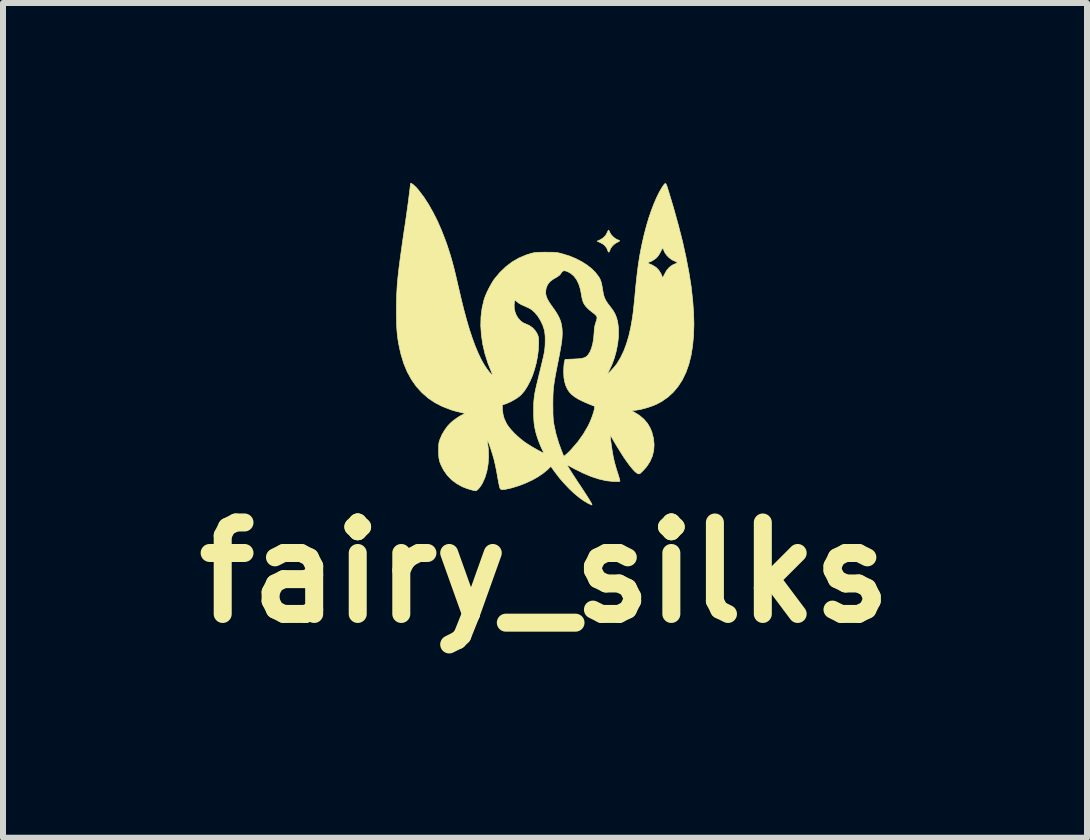
<source format=kicad_pcb>
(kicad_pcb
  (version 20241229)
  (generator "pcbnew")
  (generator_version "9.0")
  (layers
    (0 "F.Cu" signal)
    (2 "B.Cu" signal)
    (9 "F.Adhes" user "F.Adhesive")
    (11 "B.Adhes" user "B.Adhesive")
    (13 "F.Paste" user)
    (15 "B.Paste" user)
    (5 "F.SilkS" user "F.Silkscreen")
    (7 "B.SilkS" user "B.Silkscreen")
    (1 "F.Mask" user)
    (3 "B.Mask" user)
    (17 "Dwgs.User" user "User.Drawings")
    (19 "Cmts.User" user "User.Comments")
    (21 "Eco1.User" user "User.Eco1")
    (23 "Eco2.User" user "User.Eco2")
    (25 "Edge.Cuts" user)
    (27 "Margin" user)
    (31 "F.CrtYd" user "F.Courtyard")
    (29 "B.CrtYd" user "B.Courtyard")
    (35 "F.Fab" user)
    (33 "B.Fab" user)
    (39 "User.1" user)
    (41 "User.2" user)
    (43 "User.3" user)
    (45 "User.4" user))
  (footprint "fairy_silks"
    (layer "F.Cu")
    (at 6.031 2.68)
    (property "Reference" "fairy_silks" (at 0 3.81 0) (layer "F.SilkS") (effects (font (size 1.524 1.524) (thickness 0.3))))
    (attr through_hole)
    (fp_poly (pts (xy 1.065 -1.889) (xy 1.074 -1.871) (xy 1.079 -1.859) (xy 1.098 -1.825) (xy 1.128 -1.791) (xy 1.163 -1.761) (xy 1.199 -1.739) (xy 1.212 -1.734) (xy 1.232 -1.727) (xy 1.244 -1.719) (xy 1.245 -1.718) (xy 1.237 -1.711) (xy 1.219 -1.7) (xy 1.202 -1.692) (xy 1.163 -1.669) (xy 1.127 -1.637) (xy 1.098 -1.599) (xy 1.083 -1.568) (xy 1.072 -1.539) (xy 1.063 -1.528) (xy 1.055 -1.533) (xy 1.053 -1.537) (xy 1.03 -1.592) (xy 1.002 -1.633) (xy 0.963 -1.665) (xy 0.914 -1.691) (xy 0.868 -1.712) (xy 0.919 -1.735) (xy 0.972 -1.768) (xy 1.013 -1.812) (xy 1.038 -1.86) (xy 1.048 -1.882) (xy 1.056 -1.895) (xy 1.058 -1.897) (xy 1.065 -1.889)) (stroke (width 0.01) (type solid)) (fill yes) (layer "F.SilkS"))
    (fp_poly (pts (xy -2.225 -2.673) (xy -2.203 -2.659) (xy -2.176 -2.635) (xy -2.143 -2.603) (xy -2.107 -2.562) (xy -2.099 -2.551) (xy -2.019 -2.446) (xy -1.941 -2.325) (xy -1.865 -2.191) (xy -1.792 -2.046) (xy -1.724 -1.891) (xy -1.661 -1.729) (xy -1.634 -1.654) (xy -1.604 -1.563) (xy -1.576 -1.474) (xy -1.55 -1.384) (xy -1.524 -1.288) (xy -1.498 -1.184) (xy -1.471 -1.069) (xy -1.451 -0.982) (xy -1.403 -0.775) (xy -1.356 -0.583) (xy -1.309 -0.408) (xy -1.262 -0.248) (xy -1.214 -0.103) (xy -1.167 0.027) (xy -1.118 0.144) (xy -1.07 0.247) (xy -1.02 0.337) (xy -0.969 0.415) (xy -0.929 0.467) (xy -0.904 0.495) (xy -0.888 0.51) (xy -0.879 0.511) (xy -0.88 0.5) (xy -0.886 0.484) (xy -0.95 0.325) (xy -1.001 0.165) (xy -1.038 0.005) (xy -1.061 -0.152) (xy -1.071 -0.306) (xy -1.067 -0.455) (xy -1.049 -0.597) (xy -1.017 -0.733) (xy -1.008 -0.762) (xy -0.99 -0.809) (xy -0.966 -0.864) (xy -0.961 -0.873) (xy 0.011 -0.873) (xy 0.012 -0.831) (xy 0.022 -0.789) (xy 0.041 -0.743) (xy 0.071 -0.692) (xy 0.112 -0.632) (xy 0.122 -0.619) (xy 0.172 -0.548) (xy 0.211 -0.484) (xy 0.241 -0.426) (xy 0.262 -0.37) (xy 0.276 -0.313) (xy 0.284 -0.251) (xy 0.286 -0.216) (xy 0.287 -0.181) (xy 0.286 -0.146) (xy 0.284 -0.109) (xy 0.281 -0.068) (xy 0.275 -0.021) (xy 0.266 0.034) (xy 0.255 0.098) (xy 0.241 0.174) (xy 0.224 0.263) (xy 0.212 0.322) (xy 0.193 0.419) (xy 0.177 0.501) (xy 0.164 0.573) (xy 0.154 0.635) (xy 0.146 0.692) (xy 0.14 0.744) (xy 0.136 0.796) (xy 0.133 0.848) (xy 0.132 0.905) (xy 0.131 0.968) (xy 0.131 1.016) (xy 0.132 1.093) (xy 0.132 1.156) (xy 0.134 1.207) (xy 0.137 1.25) (xy 0.14 1.287) (xy 0.145 1.321) (xy 0.146 1.329) (xy 0.18 1.49) (xy 0.227 1.65) (xy 0.284 1.804) (xy 0.295 1.832) (xy 0.313 1.873) (xy 0.346 1.847) (xy 0.366 1.829) (xy 0.394 1.803) (xy 0.423 1.774) (xy 0.435 1.761) (xy 0.546 1.633) (xy 0.64 1.5) (xy 0.72 1.363) (xy 0.726 1.35) (xy 0.748 1.302) (xy 0.77 1.25) (xy 0.79 1.197) (xy 0.806 1.147) (xy 0.818 1.104) (xy 0.824 1.072) (xy 0.824 1.068) (xy 0.826 1.039) (xy 0.737 1.004) (xy 0.642 0.963) (xy 0.562 0.924) (xy 0.497 0.885) (xy 0.445 0.844) (xy 0.405 0.802) (xy 0.375 0.757) (xy 0.374 0.756) (xy 0.346 0.695) (xy 0.327 0.632) (xy 0.315 0.564) (xy 0.311 0.486) (xy 0.311 0.457) (xy 0.312 0.405) (xy 0.315 0.359) (xy 0.319 0.321) (xy 0.323 0.301) (xy 0.334 0.258) (xy 0.453 0.253) (xy 0.521 0.25) (xy 0.574 0.246) (xy 0.616 0.24) (xy 0.648 0.232) (xy 0.672 0.222) (xy 0.693 0.208) (xy 0.711 0.19) (xy 0.716 0.184) (xy 0.747 0.137) (xy 0.773 0.076) (xy 0.794 0.001) (xy 0.809 -0.084) (xy 0.817 -0.179) (xy 0.818 -0.188) (xy 0.821 -0.24) (xy 0.826 -0.28) (xy 0.833 -0.315) (xy 0.844 -0.351) (xy 0.849 -0.366) (xy 0.86 -0.401) (xy 0.866 -0.428) (xy 0.865 -0.449) (xy 0.855 -0.468) (xy 0.836 -0.489) (xy 0.805 -0.514) (xy 0.781 -0.532) (xy 0.724 -0.579) (xy 0.681 -0.623) (xy 0.649 -0.668) (xy 0.628 -0.717) (xy 0.614 -0.773) (xy 0.609 -0.805) (xy 0.59 -0.907) (xy 0.563 -0.995) (xy 0.527 -1.069) (xy 0.481 -1.13) (xy 0.427 -1.176) (xy 0.388 -1.198) (xy 0.349 -1.214) (xy 0.32 -1.219) (xy 0.297 -1.213) (xy 0.279 -1.195) (xy 0.269 -1.181) (xy 0.259 -1.165) (xy 0.247 -1.151) (xy 0.231 -1.137) (xy 0.21 -1.122) (xy 0.179 -1.103) (xy 0.136 -1.078) (xy 0.127 -1.072) (xy 0.079 -1.035) (xy 0.042 -0.986) (xy 0.019 -0.929) (xy 0.017 -0.917) (xy 0.011 -0.873) (xy -0.961 -0.873) (xy -0.937 -0.923) (xy -0.906 -0.98) (xy -0.876 -1.032) (xy -0.849 -1.074) (xy -0.845 -1.079) (xy -0.753 -1.19) (xy -0.654 -1.285) (xy -0.549 -1.365) (xy -0.436 -1.431) (xy -0.314 -1.482) (xy -0.225 -1.51) (xy -0.199 -1.516) (xy -0.174 -1.521) (xy -0.147 -1.524) (xy -0.115 -1.526) (xy -0.073 -1.527) (xy -0.02 -1.528) (xy 0.017 -1.528) (xy 0.076 -1.527) (xy 0.122 -1.527) (xy 0.159 -1.525) (xy 0.188 -1.523) (xy 0.215 -1.519) (xy 0.242 -1.513) (xy 0.274 -1.505) (xy 0.288 -1.501) (xy 0.403 -1.466) (xy 0.511 -1.422) (xy 0.611 -1.37) (xy 0.701 -1.313) (xy 0.78 -1.251) (xy 0.845 -1.184) (xy 0.897 -1.115) (xy 0.915 -1.083) (xy 0.933 -1.038) (xy 0.947 -0.982) (xy 0.953 -0.946) (xy 0.964 -0.88) (xy 0.974 -0.827) (xy 0.986 -0.783) (xy 1.002 -0.745) (xy 1.022 -0.709) (xy 1.048 -0.67) (xy 1.082 -0.626) (xy 1.089 -0.617) (xy 1.134 -0.556) (xy 1.168 -0.496) (xy 1.193 -0.434) (xy 1.21 -0.366) (xy 1.221 -0.289) (xy 1.225 -0.229) (xy 1.224 -0.12) (xy 1.211 -0.004) (xy 1.188 0.115) (xy 1.156 0.233) (xy 1.115 0.344) (xy 1.067 0.446) (xy 1.066 0.448) (xy 1.054 0.472) (xy 1.046 0.49) (xy 1.044 0.497) (xy 1.052 0.493) (xy 1.067 0.479) (xy 1.089 0.457) (xy 1.114 0.429) (xy 1.141 0.4) (xy 1.166 0.37) (xy 1.188 0.343) (xy 1.203 0.322) (xy 1.204 0.32) (xy 1.261 0.224) (xy 1.312 0.118) (xy 1.356 0.001) (xy 1.395 -0.129) (xy 1.428 -0.273) (xy 1.456 -0.432) (xy 1.46 -0.46) (xy 1.464 -0.492) (xy 1.47 -0.538) (xy 1.476 -0.594) (xy 1.483 -0.659) (xy 1.49 -0.728) (xy 1.497 -0.799) (xy 1.499 -0.824) (xy 1.513 -0.97) (xy 1.527 -1.102) (xy 1.541 -1.222) (xy 1.556 -1.333) (xy 1.559 -1.35) (xy 1.719 -1.35) (xy 1.724 -1.339) (xy 1.728 -1.338) (xy 1.74 -1.334) (xy 1.762 -1.325) (xy 1.79 -1.312) (xy 1.792 -1.311) (xy 1.85 -1.275) (xy 1.896 -1.228) (xy 1.932 -1.17) (xy 1.95 -1.124) (xy 1.957 -1.112) (xy 1.964 -1.112) (xy 1.974 -1.126) (xy 1.988 -1.154) (xy 1.994 -1.166) (xy 2.027 -1.226) (xy 2.071 -1.276) (xy 2.123 -1.314) (xy 2.159 -1.33) (xy 2.187 -1.342) (xy 2.201 -1.352) (xy 2.198 -1.361) (xy 2.18 -1.372) (xy 2.149 -1.384) (xy 2.109 -1.405) (xy 2.068 -1.436) (xy 2.03 -1.474) (xy 2 -1.515) (xy 1.985 -1.545) (xy 1.975 -1.57) (xy 1.967 -1.589) (xy 1.964 -1.595) (xy 1.957 -1.591) (xy 1.947 -1.575) (xy 1.933 -1.55) (xy 1.928 -1.54) (xy 1.909 -1.504) (xy 1.886 -1.469) (xy 1.864 -1.442) (xy 1.863 -1.441) (xy 1.838 -1.419) (xy 1.807 -1.398) (xy 1.775 -1.379) (xy 1.747 -1.367) (xy 1.729 -1.363) (xy 1.72 -1.356) (xy 1.719 -1.35) (xy 1.559 -1.35) (xy 1.572 -1.437) (xy 1.59 -1.537) (xy 1.609 -1.635) (xy 1.631 -1.734) (xy 1.655 -1.836) (xy 1.661 -1.858) (xy 1.694 -1.983) (xy 1.731 -2.105) (xy 1.771 -2.222) (xy 1.813 -2.332) (xy 1.856 -2.432) (xy 1.899 -2.52) (xy 1.942 -2.595) (xy 1.956 -2.617) (xy 1.976 -2.646) (xy 1.991 -2.665) (xy 2.003 -2.673) (xy 2.013 -2.669) (xy 2.022 -2.652) (xy 2.034 -2.621) (xy 2.048 -2.575) (xy 2.052 -2.564) (xy 2.143 -2.262) (xy 2.223 -1.973) (xy 2.293 -1.698) (xy 2.351 -1.434) (xy 2.399 -1.184) (xy 2.436 -0.946) (xy 2.461 -0.721) (xy 2.476 -0.508) (xy 2.481 -0.329) (xy 2.475 -0.142) (xy 2.459 0.032) (xy 2.433 0.192) (xy 2.396 0.34) (xy 2.348 0.475) (xy 2.289 0.597) (xy 2.219 0.706) (xy 2.139 0.803) (xy 2.047 0.887) (xy 1.945 0.958) (xy 1.861 1.003) (xy 1.803 1.028) (xy 1.737 1.051) (xy 1.668 1.072) (xy 1.599 1.09) (xy 1.534 1.102) (xy 1.48 1.109) (xy 1.462 1.109) (xy 1.449 1.11) (xy 1.446 1.113) (xy 1.455 1.12) (xy 1.477 1.132) (xy 1.486 1.137) (xy 1.574 1.192) (xy 1.648 1.255) (xy 1.708 1.325) (xy 1.754 1.405) (xy 1.781 1.473) (xy 1.808 1.577) (xy 1.817 1.678) (xy 1.811 1.776) (xy 1.788 1.87) (xy 1.749 1.959) (xy 1.695 2.043) (xy 1.646 2.099) (xy 1.616 2.129) (xy 1.595 2.149) (xy 1.581 2.161) (xy 1.569 2.165) (xy 1.558 2.165) (xy 1.553 2.164) (xy 1.527 2.151) (xy 1.494 2.123) (xy 1.456 2.082) (xy 1.411 2.027) (xy 1.362 1.96) (xy 1.308 1.882) (xy 1.251 1.792) (xy 1.189 1.692) (xy 1.125 1.583) (xy 1.123 1.579) (xy 1.106 1.55) (xy 1.093 1.529) (xy 1.085 1.518) (xy 1.084 1.517) (xy 1.085 1.527) (xy 1.088 1.551) (xy 1.092 1.586) (xy 1.097 1.628) (xy 1.101 1.657) (xy 1.118 1.773) (xy 1.136 1.878) (xy 1.158 1.975) (xy 1.185 2.07) (xy 1.207 2.141) (xy 1.222 2.186) (xy 1.234 2.227) (xy 1.243 2.259) (xy 1.248 2.281) (xy 1.248 2.288) (xy 1.236 2.292) (xy 1.208 2.294) (xy 1.164 2.293) (xy 1.135 2.292) (xy 1.021 2.28) (xy 0.899 2.252) (xy 0.769 2.21) (xy 0.632 2.152) (xy 0.487 2.08) (xy 0.425 2.046) (xy 0.4 2.032) (xy 0.381 2.024) (xy 0.373 2.022) (xy 0.373 2.023) (xy 0.377 2.035) (xy 0.392 2.06) (xy 0.416 2.099) (xy 0.449 2.152) (xy 0.492 2.218) (xy 0.543 2.297) (xy 0.601 2.383) (xy 0.652 2.461) (xy 0.694 2.526) (xy 0.728 2.579) (xy 0.753 2.62) (xy 0.77 2.65) (xy 0.78 2.67) (xy 0.782 2.681) (xy 0.78 2.684) (xy 0.769 2.68) (xy 0.747 2.67) (xy 0.718 2.657) (xy 0.709 2.651) (xy 0.639 2.61) (xy 0.563 2.555) (xy 0.484 2.489) (xy 0.404 2.413) (xy 0.325 2.33) (xy 0.248 2.243) (xy 0.177 2.151) (xy 0.15 2.115) (xy 0.098 2.041) (xy 0.042 2.095) (xy -0.032 2.156) (xy -0.119 2.215) (xy -0.217 2.27) (xy -0.323 2.319) (xy -0.434 2.362) (xy -0.547 2.397) (xy -0.632 2.417) (xy -0.677 2.425) (xy -0.708 2.428) (xy -0.729 2.425) (xy -0.743 2.417) (xy -0.751 2.404) (xy -0.756 2.389) (xy -0.763 2.36) (xy -0.771 2.321) (xy -0.78 2.273) (xy -0.79 2.221) (xy -0.792 2.21) (xy -0.802 2.15) (xy -0.814 2.088) (xy -0.826 2.029) (xy -0.838 1.977) (xy -0.846 1.94) (xy -0.859 1.893) (xy -0.874 1.841) (xy -0.891 1.787) (xy -0.908 1.735) (xy -0.924 1.688) (xy -0.939 1.65) (xy -0.95 1.623) (xy -0.953 1.618) (xy -0.966 1.596) (xy -0.961 1.621) (xy -0.944 1.75) (xy -0.94 1.877) (xy -0.948 2) (xy -0.968 2.116) (xy -1 2.224) (xy -1.04 2.315) (xy -1.062 2.353) (xy -1.087 2.388) (xy -1.112 2.418) (xy -1.135 2.438) (xy -1.153 2.447) (xy -1.155 2.447) (xy -1.18 2.444) (xy -1.216 2.435) (xy -1.259 2.423) (xy -1.304 2.408) (xy -1.347 2.392) (xy -1.379 2.379) (xy -1.474 2.326) (xy -1.559 2.262) (xy -1.63 2.188) (xy -1.688 2.105) (xy -1.704 2.076) (xy -1.73 2.024) (xy -1.749 1.979) (xy -1.761 1.937) (xy -1.769 1.894) (xy -1.772 1.843) (xy -1.774 1.781) (xy -1.774 1.778) (xy -1.773 1.729) (xy -1.772 1.692) (xy -1.77 1.664) (xy -1.766 1.639) (xy -1.759 1.615) (xy -1.749 1.586) (xy -1.747 1.582) (xy -1.716 1.51) (xy -1.673 1.438) (xy -1.624 1.37) (xy -1.573 1.316) (xy -1.537 1.285) (xy -1.495 1.254) (xy -1.453 1.224) (xy -1.412 1.199) (xy -1.378 1.181) (xy -1.365 1.176) (xy -1.347 1.169) (xy -1.338 1.162) (xy -1.338 1.161) (xy -1.345 1.157) (xy -1.366 1.151) (xy -1.396 1.143) (xy -1.41 1.14) (xy -1.451 1.131) (xy -1.5 1.118) (xy -1.549 1.104) (xy -1.571 1.096) (xy -1.709 1.043) (xy -1.758 1.018) (xy -0.713 1.018) (xy -0.709 1.095) (xy -0.7 1.172) (xy -0.681 1.243) (xy -0.648 1.314) (xy -0.633 1.342) (xy -0.604 1.384) (xy -0.563 1.433) (xy -0.515 1.485) (xy -0.461 1.536) (xy -0.404 1.586) (xy -0.348 1.629) (xy -0.322 1.648) (xy -0.28 1.675) (xy -0.234 1.704) (xy -0.185 1.733) (xy -0.137 1.76) (xy -0.093 1.784) (xy -0.056 1.804) (xy -0.028 1.816) (xy -0.019 1.82) (xy -0.021 1.813) (xy -0.03 1.795) (xy -0.042 1.77) (xy -0.043 1.769) (xy -0.069 1.713) (xy -0.095 1.649) (xy -0.12 1.583) (xy -0.14 1.521) (xy -0.152 1.479) (xy -0.165 1.423) (xy -0.175 1.372) (xy -0.182 1.323) (xy -0.186 1.271) (xy -0.189 1.212) (xy -0.19 1.143) (xy -0.19 1.105) (xy -0.19 1.051) (xy -0.189 1.003) (xy -0.187 0.959) (xy -0.183 0.917) (xy -0.178 0.874) (xy -0.171 0.828) (xy -0.161 0.776) (xy -0.148 0.718) (xy -0.132 0.65) (xy -0.113 0.57) (xy -0.09 0.475) (xy -0.089 0.474) (xy -0.073 0.407) (xy -0.057 0.34) (xy -0.042 0.278) (xy -0.029 0.222) (xy -0.019 0.176) (xy -0.013 0.144) (xy -0.012 0.14) (xy -0.003 0.077) (xy 0.002 0.008) (xy 0.003 -0.062) (xy 0.002 -0.129) (xy -0.004 -0.188) (xy -0.012 -0.233) (xy -0.038 -0.313) (xy -0.075 -0.39) (xy -0.119 -0.461) (xy -0.169 -0.522) (xy -0.219 -0.567) (xy -0.245 -0.584) (xy -0.281 -0.603) (xy -0.322 -0.622) (xy -0.343 -0.631) (xy -0.399 -0.656) (xy -0.44 -0.681) (xy -0.463 -0.699) (xy -0.483 -0.717) (xy -0.496 -0.724) (xy -0.504 -0.719) (xy -0.509 -0.7) (xy -0.513 -0.667) (xy -0.514 -0.661) (xy -0.513 -0.597) (xy -0.5 -0.534) (xy -0.477 -0.474) (xy -0.443 -0.422) (xy -0.402 -0.378) (xy -0.355 -0.347) (xy -0.332 -0.338) (xy -0.263 -0.308) (xy -0.204 -0.266) (xy -0.157 -0.213) (xy -0.13 -0.167) (xy -0.12 -0.144) (xy -0.113 -0.123) (xy -0.109 -0.102) (xy -0.107 -0.075) (xy -0.106 -0.038) (xy -0.106 -0.008) (xy -0.111 0.1) (xy -0.125 0.21) (xy -0.146 0.319) (xy -0.175 0.426) (xy -0.209 0.528) (xy -0.25 0.623) (xy -0.295 0.708) (xy -0.343 0.783) (xy -0.395 0.844) (xy -0.427 0.873) (xy -0.471 0.905) (xy -0.525 0.937) (xy -0.583 0.968) (xy -0.639 0.993) (xy -0.668 1.003) (xy -0.713 1.018) (xy -1.758 1.018) (xy -1.836 0.978) (xy -1.951 0.9) (xy -2.054 0.809) (xy -2.147 0.706) (xy -2.227 0.591) (xy -2.297 0.463) (xy -2.355 0.323) (xy -2.401 0.17) (xy -2.425 0.066) (xy -2.439 -0.004) (xy -2.45 -0.069) (xy -2.459 -0.131) (xy -2.465 -0.194) (xy -2.47 -0.261) (xy -2.473 -0.335) (xy -2.475 -0.418) (xy -2.476 -0.515) (xy -2.476 -0.546) (xy -2.476 -0.624) (xy -2.475 -0.697) (xy -2.473 -0.768) (xy -2.471 -0.837) (xy -2.467 -0.906) (xy -2.463 -0.976) (xy -2.457 -1.05) (xy -2.449 -1.127) (xy -2.44 -1.211) (xy -2.429 -1.302) (xy -2.416 -1.401) (xy -2.401 -1.511) (xy -2.384 -1.632) (xy -2.365 -1.767) (xy -2.343 -1.916) (xy -2.332 -1.985) (xy -2.319 -2.076) (xy -2.306 -2.165) (xy -2.294 -2.253) (xy -2.282 -2.338) (xy -2.272 -2.416) (xy -2.263 -2.488) (xy -2.255 -2.55) (xy -2.249 -2.601) (xy -2.245 -2.639) (xy -2.244 -2.662) (xy -2.244 -2.665) (xy -2.239 -2.675) (xy -2.225 -2.673)) (stroke (width 0.01) (type solid)) (fill yes) (layer "F.SilkS")))
  (gr_rect
    (start -3 -3)
    (end 15.061 10.908)
    (stroke (width 0.1) (type default))
    (fill no)
    (layer "Edge.Cuts")))
</source>
